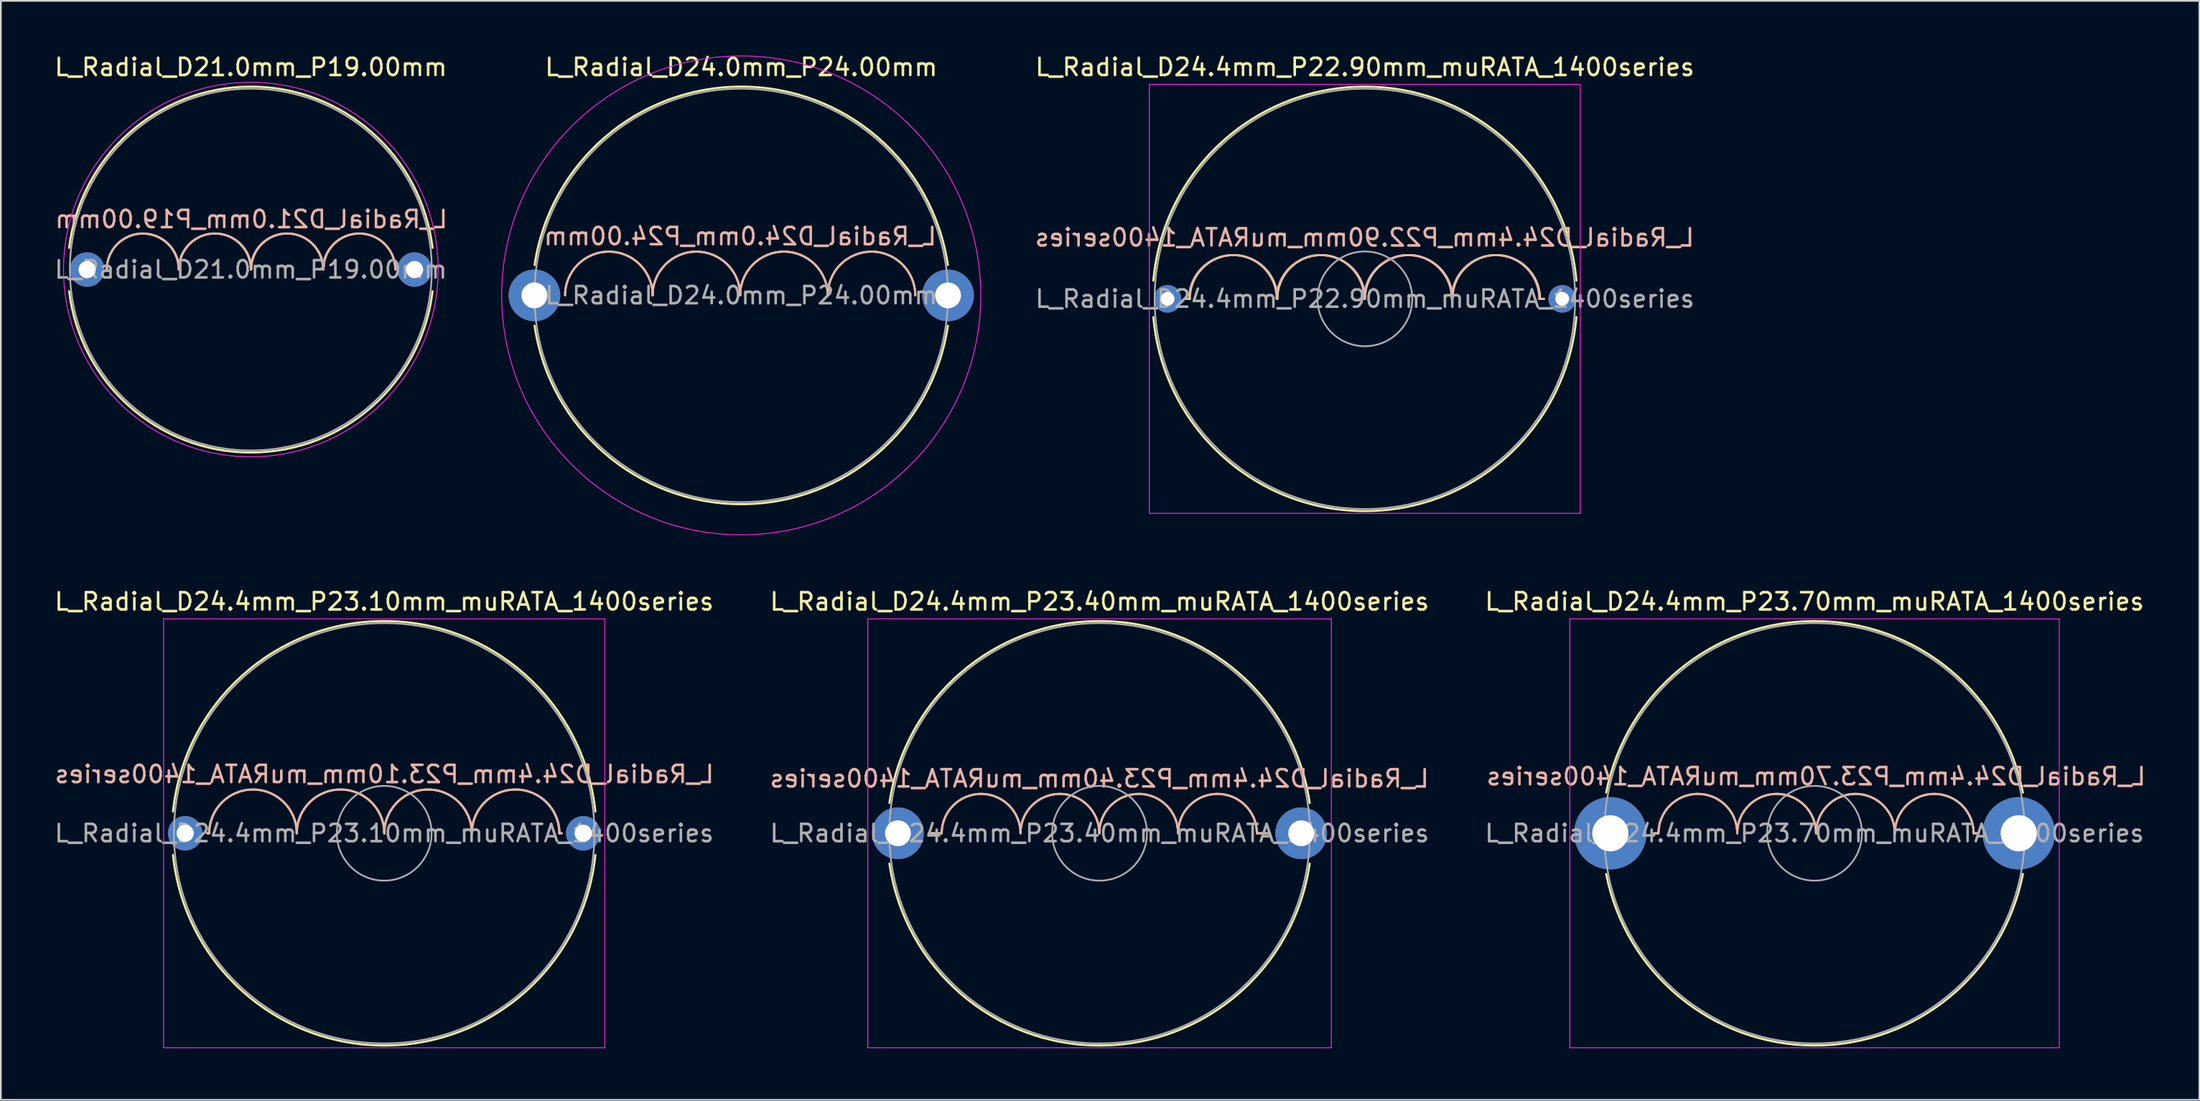
<source format=kicad_pcb>
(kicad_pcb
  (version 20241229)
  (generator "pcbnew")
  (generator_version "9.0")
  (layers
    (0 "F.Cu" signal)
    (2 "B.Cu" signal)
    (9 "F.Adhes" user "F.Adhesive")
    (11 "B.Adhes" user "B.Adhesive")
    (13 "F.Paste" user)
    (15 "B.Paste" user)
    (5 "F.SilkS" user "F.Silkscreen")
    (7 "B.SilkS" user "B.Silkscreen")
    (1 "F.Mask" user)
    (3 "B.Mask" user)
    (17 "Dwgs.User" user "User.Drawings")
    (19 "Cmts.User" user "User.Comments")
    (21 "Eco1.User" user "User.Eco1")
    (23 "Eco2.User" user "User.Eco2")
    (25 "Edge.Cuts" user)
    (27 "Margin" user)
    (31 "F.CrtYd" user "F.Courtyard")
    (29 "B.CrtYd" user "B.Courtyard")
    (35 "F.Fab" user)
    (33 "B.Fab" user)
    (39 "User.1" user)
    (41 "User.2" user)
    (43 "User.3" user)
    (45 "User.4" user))
  (footprint "L_Radial_D24.4mm_P23.10mm_muRATA_1400series"
    (layer "F.Cu")
    (at 7.694 45.322)
    (property "Reference" "L_Radial_D24.4mm_P23.10mm_muRATA_1400series" (at 11.55 -13.45 0) (layer "F.SilkS") (effects (font (size 1 1) (thickness 0.15))))
    (fp_line (start 1.39 0) (end 1.27 0) (stroke (width 0.12) (type solid)) (layer "F.SilkS"))
    (fp_line (start 21.71 0) (end 21.844 0) (stroke (width 0.12) (type solid)) (layer "F.SilkS"))
    (fp_arc (start -0.705399 -1.26) (mid 11.55 -12.32) (end 23.805399 -1.26) (stroke (width 0.12) (type solid)) (layer "F.SilkS"))
    (fp_arc (start 1.39 0) (mid 3.93 -2.54) (end 6.47 0) (stroke (width 0.12) (type solid)) (layer "F.SilkS"))
    (fp_arc (start 6.47 0) (mid 9.01 -2.54) (end 11.55 0) (stroke (width 0.12) (type solid)) (layer "F.SilkS"))
    (fp_arc (start 11.55 0) (mid 14.09 -2.54) (end 16.63 0) (stroke (width 0.12) (type solid)) (layer "F.SilkS"))
    (fp_arc (start 16.63 0) (mid 19.17 -2.54) (end 21.71 0) (stroke (width 0.12) (type solid)) (layer "F.SilkS"))
    (fp_arc (start 23.805399 1.26) (mid 11.55 12.32) (end -0.705399 1.26) (stroke (width 0.12) (type solid)) (layer "F.SilkS"))
    (fp_line (start 1.404 0) (end 1.27 0) (stroke (width 0.12) (type solid)) (layer "B.SilkS"))
    (fp_line (start 21.724 0) (end 21.844 0) (stroke (width 0.12) (type solid)) (layer "B.SilkS"))
    (fp_arc (start 1.404 0) (mid 3.944 -2.54) (end 6.484 0) (stroke (width 0.12) (type solid)) (layer "B.SilkS"))
    (fp_arc (start 6.484 0) (mid 9.024 -2.54) (end 11.564 0) (stroke (width 0.12) (type solid)) (layer "B.SilkS"))
    (fp_arc (start 11.564 0) (mid 14.104 -2.54) (end 16.644 0) (stroke (width 0.12) (type solid)) (layer "B.SilkS"))
    (fp_arc (start 16.644 0) (mid 19.184 -2.54) (end 21.724 0) (stroke (width 0.12) (type solid)) (layer "B.SilkS"))
    (fp_line (start -1.25 -12.45) (end -1.25 12.45) (stroke (width 0.05) (type solid)) (layer "F.CrtYd"))
    (fp_line (start -1.25 12.45) (end 24.35 12.45) (stroke (width 0.05) (type solid)) (layer "F.CrtYd"))
    (fp_line (start 24.35 -12.45) (end -1.25 -12.45) (stroke (width 0.05) (type solid)) (layer "F.CrtYd"))
    (fp_line (start 24.35 12.45) (end 24.35 -12.45) (stroke (width 0.05) (type solid)) (layer "F.CrtYd"))
    (fp_circle (center 11.55 0) (end 14.3 0) (stroke (width 0.1) (type solid)) (fill no) (layer "F.Fab"))
    (fp_circle (center 11.55 0) (end 23.75 0) (stroke (width 0.1) (type solid)) (fill no) (layer "F.Fab"))
    (fp_text user "${REFERENCE}" (at 11.557 -3.429 0) (layer "B.SilkS") (effects (font (size 1 1) (thickness 0.15)) (justify mirror)))
    (fp_text user "${REFERENCE}" (at 11.55 0 0) (layer "F.Fab") (effects (font (size 1 1) (thickness 0.15))))
    (pad "1" thru_hole circle (at 0 0) (size 2 2) (drill 1) (layers "*.Cu" "*.Mask"))
    (pad "2" thru_hole circle (at 23.1 0) (size 2 2) (drill 1) (layers "*.Cu" "*.Mask")))
  (footprint "L_Radial_D24.4mm_P23.70mm_muRATA_1400series"
    (layer "F.Cu")
    (at 90.393 45.322)
    (property "Reference" "L_Radial_D24.4mm_P23.70mm_muRATA_1400series" (at 11.85 -13.45 0) (layer "F.SilkS") (effects (font (size 1 1) (thickness 0.15))))
    (fp_line (start 2.794 0) (end 2.54 0) (stroke (width 0.12) (type solid)) (layer "F.SilkS"))
    (fp_line (start 21.082 0) (end 21.336 0) (stroke (width 0.12) (type solid)) (layer "F.SilkS"))
    (fp_arc (start -0.241848 -2.36) (mid 11.85 -12.32) (end 23.941848 -2.36) (stroke (width 0.12) (type solid)) (layer "F.SilkS"))
    (fp_arc (start 2.794 0) (mid 5.08 -2.286) (end 7.366 0) (stroke (width 0.12) (type solid)) (layer "F.SilkS"))
    (fp_arc (start 7.366 0) (mid 9.652 -2.286) (end 11.938 0) (stroke (width 0.12) (type solid)) (layer "F.SilkS"))
    (fp_arc (start 11.938 0) (mid 14.224 -2.286) (end 16.51 0) (stroke (width 0.12) (type solid)) (layer "F.SilkS"))
    (fp_arc (start 16.51 0) (mid 18.796 -2.286) (end 21.082 0) (stroke (width 0.12) (type solid)) (layer "F.SilkS"))
    (fp_arc (start 23.941848 2.36) (mid 11.85 12.32) (end -0.241848 2.36) (stroke (width 0.12) (type solid)) (layer "F.SilkS"))
    (fp_line (start 2.794 0) (end 2.54 0) (stroke (width 0.12) (type solid)) (layer "B.SilkS"))
    (fp_line (start 21.082 0) (end 21.336 0) (stroke (width 0.12) (type solid)) (layer "B.SilkS"))
    (fp_arc (start 2.794 0) (mid 5.08 -2.286) (end 7.366 0) (stroke (width 0.12) (type solid)) (layer "B.SilkS"))
    (fp_arc (start 7.366 0) (mid 9.652 -2.286) (end 11.938 0) (stroke (width 0.12) (type solid)) (layer "B.SilkS"))
    (fp_arc (start 11.938 0) (mid 14.224 -2.286) (end 16.51 0) (stroke (width 0.12) (type solid)) (layer "B.SilkS"))
    (fp_arc (start 16.51 0) (mid 18.796 -2.286) (end 21.082 0) (stroke (width 0.12) (type solid)) (layer "B.SilkS"))
    (fp_line (start -2.35 -12.45) (end -2.35 12.45) (stroke (width 0.05) (type solid)) (layer "F.CrtYd"))
    (fp_line (start -2.35 12.45) (end 26.05 12.45) (stroke (width 0.05) (type solid)) (layer "F.CrtYd"))
    (fp_line (start 26.05 -12.45) (end -2.35 -12.45) (stroke (width 0.05) (type solid)) (layer "F.CrtYd"))
    (fp_line (start 26.05 12.45) (end 26.05 -12.45) (stroke (width 0.05) (type solid)) (layer "F.CrtYd"))
    (fp_circle (center 11.85 0) (end 14.6 0) (stroke (width 0.1) (type solid)) (fill no) (layer "F.Fab"))
    (fp_circle (center 11.85 0) (end 24.05 0) (stroke (width 0.1) (type solid)) (fill no) (layer "F.Fab"))
    (fp_text user "${REFERENCE}" (at 11.938 -3.302 0) (layer "B.SilkS") (effects (font (size 1 1) (thickness 0.15)) (justify mirror)))
    (fp_text user "${REFERENCE}" (at 11.85 0 0) (layer "F.Fab") (effects (font (size 1 1) (thickness 0.15))))
    (pad "1" thru_hole circle (at 0 0) (size 4.2 4.2) (drill 2.1) (layers "*.Cu" "*.Mask"))
    (pad "2" thru_hole circle (at 23.7 0) (size 4.2 4.2) (drill 2.1) (layers "*.Cu" "*.Mask")))
  (footprint "L_Radial_D24.4mm_P23.40mm_muRATA_1400series"
    (layer "F.Cu")
    (at 49.055 45.322)
    (property "Reference" "L_Radial_D24.4mm_P23.40mm_muRATA_1400series" (at 11.7 -13.45 0) (layer "F.SilkS") (effects (font (size 1 1) (thickness 0.15))))
    (fp_line (start 2.54 0) (end 1.778 0) (stroke (width 0.12) (type solid)) (layer "F.SilkS"))
    (fp_line (start 20.828 0) (end 21.59 0) (stroke (width 0.12) (type solid)) (layer "F.SilkS"))
    (fp_arc (start -0.493638 -1.76) (mid 11.7 -12.32) (end 23.893638 -1.76) (stroke (width 0.12) (type solid)) (layer "F.SilkS"))
    (fp_arc (start 2.54 0) (mid 4.826 -2.286) (end 7.112 0) (stroke (width 0.12) (type solid)) (layer "F.SilkS"))
    (fp_arc (start 7.112 0) (mid 9.398 -2.286) (end 11.684 0) (stroke (width 0.12) (type solid)) (layer "F.SilkS"))
    (fp_arc (start 11.684 0) (mid 13.97 -2.286) (end 16.256 0) (stroke (width 0.12) (type solid)) (layer "F.SilkS"))
    (fp_arc (start 16.256 0) (mid 18.542 -2.286) (end 20.828 0) (stroke (width 0.12) (type solid)) (layer "F.SilkS"))
    (fp_arc (start 23.893638 1.76) (mid 11.7 12.32) (end -0.493638 1.76) (stroke (width 0.12) (type solid)) (layer "F.SilkS"))
    (fp_line (start 2.54 0) (end 1.778 0) (stroke (width 0.12) (type solid)) (layer "B.SilkS"))
    (fp_line (start 20.828 0) (end 21.59 0) (stroke (width 0.12) (type solid)) (layer "B.SilkS"))
    (fp_arc (start 2.54 0) (mid 4.826 -2.286) (end 7.112 0) (stroke (width 0.12) (type solid)) (layer "B.SilkS"))
    (fp_arc (start 7.112 0) (mid 9.398 -2.286) (end 11.684 0) (stroke (width 0.12) (type solid)) (layer "B.SilkS"))
    (fp_arc (start 11.684 0) (mid 13.97 -2.286) (end 16.256 0) (stroke (width 0.12) (type solid)) (layer "B.SilkS"))
    (fp_arc (start 16.256 0) (mid 18.542 -2.286) (end 20.828 0) (stroke (width 0.12) (type solid)) (layer "B.SilkS"))
    (fp_line (start -1.75 -12.45) (end -1.75 12.45) (stroke (width 0.05) (type solid)) (layer "F.CrtYd"))
    (fp_line (start -1.75 12.45) (end 25.15 12.45) (stroke (width 0.05) (type solid)) (layer "F.CrtYd"))
    (fp_line (start 25.15 -12.45) (end -1.75 -12.45) (stroke (width 0.05) (type solid)) (layer "F.CrtYd"))
    (fp_line (start 25.15 12.45) (end 25.15 -12.45) (stroke (width 0.05) (type solid)) (layer "F.CrtYd"))
    (fp_circle (center 11.7 0) (end 14.45 0) (stroke (width 0.1) (type solid)) (fill no) (layer "F.Fab"))
    (fp_circle (center 11.7 0) (end 23.9 0) (stroke (width 0.1) (type solid)) (fill no) (layer "F.Fab"))
    (fp_text user "${REFERENCE}" (at 11.684 -3.175 0) (layer "B.SilkS") (effects (font (size 1 1) (thickness 0.15)) (justify mirror)))
    (fp_text user "${REFERENCE}" (at 11.7 0 0) (layer "F.Fab") (effects (font (size 1 1) (thickness 0.15))))
    (pad "1" thru_hole circle (at 0 0) (size 3 3) (drill 1.5) (layers "*.Cu" "*.Mask"))
    (pad "2" thru_hole circle (at 23.4 0) (size 3 3) (drill 1.5) (layers "*.Cu" "*.Mask")))
  (footprint "L_Radial_D24.0mm_P24.00mm"
    (layer "F.Cu")
    (at 27.962 14.098)
    (property "Reference" "L_Radial_D24.0mm_P24.00mm" (at 12 -13.25 0) (layer "F.SilkS") (effects (font (size 1 1) (thickness 0.15))))
    (fp_arc (start 0.00847 -1.76) (mid 12 -12.12) (end 23.99153 -1.76) (stroke (width 0.12) (type solid)) (layer "F.SilkS"))
    (fp_arc (start 1.778 0) (mid 4.318 -2.54) (end 6.858 0) (stroke (width 0.12) (type solid)) (layer "F.SilkS"))
    (fp_arc (start 6.858 0) (mid 9.398 -2.54) (end 11.938 0) (stroke (width 0.12) (type solid)) (layer "F.SilkS"))
    (fp_arc (start 11.938 0) (mid 14.478 -2.54) (end 17.018 0) (stroke (width 0.12) (type solid)) (layer "F.SilkS"))
    (fp_arc (start 17.018 0) (mid 19.558 -2.54) (end 22.098 0) (stroke (width 0.12) (type solid)) (layer "F.SilkS"))
    (fp_arc (start 23.99153 1.76) (mid 12 12.12) (end 0.00847 1.76) (stroke (width 0.12) (type solid)) (layer "F.SilkS"))
    (fp_arc (start 1.778 0) (mid 4.318 -2.54) (end 6.858 0) (stroke (width 0.12) (type solid)) (layer "B.SilkS"))
    (fp_arc (start 6.858 0) (mid 9.398 -2.54) (end 11.938 0) (stroke (width 0.12) (type solid)) (layer "B.SilkS"))
    (fp_arc (start 11.938 0) (mid 14.478 -2.54) (end 17.018 0) (stroke (width 0.12) (type solid)) (layer "B.SilkS"))
    (fp_arc (start 17.018 0) (mid 19.558 -2.54) (end 22.098 0) (stroke (width 0.12) (type solid)) (layer "B.SilkS"))
    (fp_circle (center 12 0) (end 25.9 0) (stroke (width 0.05) (type solid)) (fill no) (layer "F.CrtYd"))
    (fp_circle (center 12 0) (end 24 0) (stroke (width 0.1) (type solid)) (fill no) (layer "F.Fab"))
    (fp_text user "${REFERENCE}" (at 11.938 -3.429 0) (layer "B.SilkS") (effects (font (size 1 1) (thickness 0.15)) (justify mirror)))
    (fp_text user "${REFERENCE}" (at 12 0 0) (layer "F.Fab") (effects (font (size 1 1) (thickness 0.15))))
    (pad "1" thru_hole circle (at 0 0) (size 3 3) (drill 1.5) (layers "*.Cu" "*.Mask"))
    (pad "2" thru_hole circle (at 24 0) (size 3 3) (drill 1.5) (layers "*.Cu" "*.Mask")))
  (footprint "L_Radial_D21.0mm_P19.00mm"
    (layer "F.Cu")
    (at 2.006 12.598)
    (property "Reference" "L_Radial_D21.0mm_P19.00mm" (at 9.5 -11.75 0) (layer "F.SilkS") (effects (font (size 1 1) (thickness 0.15))))
    (fp_arc (start -1.044989 -1.26) (mid 9.5 -10.62) (end 20.044989 -1.26) (stroke (width 0.12) (type solid)) (layer "F.SilkS"))
    (fp_arc (start 1.138 0) (mid 3.226 -2.088) (end 5.314 0) (stroke (width 0.12) (type solid)) (layer "F.SilkS"))
    (fp_arc (start 5.314 0) (mid 7.407 -2.093) (end 9.5 0) (stroke (width 0.12) (type solid)) (layer "F.SilkS"))
    (fp_arc (start 9.5 0) (mid 11.5955 -2.0955) (end 13.691 0) (stroke (width 0.12) (type solid)) (layer "F.SilkS"))
    (fp_arc (start 13.691 0) (mid 15.7865 -2.0955) (end 17.882 0) (stroke (width 0.12) (type solid)) (layer "F.SilkS"))
    (fp_arc (start 20.044989 1.26) (mid 9.5 10.62) (end -1.044989 1.26) (stroke (width 0.12) (type solid)) (layer "F.SilkS"))
    (fp_arc (start 1.143 0) (mid 3.2385 -2.0955) (end 5.334 0) (stroke (width 0.12) (type solid)) (layer "B.SilkS"))
    (fp_arc (start 5.334 0) (mid 7.4295 -2.0955) (end 9.525 0) (stroke (width 0.12) (type solid)) (layer "B.SilkS"))
    (fp_arc (start 9.525 0) (mid 11.618 -2.093) (end 13.711 0) (stroke (width 0.12) (type solid)) (layer "B.SilkS"))
    (fp_arc (start 13.711 0) (mid 15.799 -2.088) (end 17.887 0) (stroke (width 0.12) (type solid)) (layer "B.SilkS"))
    (fp_circle (center 9.5 0) (end 20.37 0) (stroke (width 0.05) (type solid)) (fill no) (layer "F.CrtYd"))
    (fp_circle (center 9.5 0) (end 20 0) (stroke (width 0.1) (type solid)) (fill no) (layer "F.Fab"))
    (fp_text user "${REFERENCE}" (at 9.525 -2.921 0) (layer "B.SilkS") (effects (font (size 1 1) (thickness 0.15)) (justify mirror)))
    (fp_text user "${REFERENCE}" (at 9.5 0 0) (layer "F.Fab") (effects (font (size 1 1) (thickness 0.15))))
    (pad "1" thru_hole circle (at 0 0) (size 2 2) (drill 1) (layers "*.Cu" "*.Mask"))
    (pad "2" thru_hole circle (at 19 0) (size 2 2) (drill 1) (layers "*.Cu" "*.Mask")))
  (footprint "L_Radial_D24.4mm_P22.90mm_muRATA_1400series"
    (layer "F.Cu")
    (at 64.701 14.298)
    (property "Reference" "L_Radial_D24.4mm_P22.90mm_muRATA_1400series" (at 11.45 -13.45 0) (layer "F.SilkS") (effects (font (size 1 1) (thickness 0.15))))
    (fp_line (start 1.29 0) (end 1.016 0) (stroke (width 0.12) (type solid)) (layer "F.SilkS"))
    (fp_line (start 21.61 0) (end 21.844 0) (stroke (width 0.12) (type solid)) (layer "F.SilkS"))
    (fp_arc (start -0.824315 -1.06) (mid 11.45 -12.32) (end 23.724315 -1.06) (stroke (width 0.12) (type solid)) (layer "F.SilkS"))
    (fp_arc (start 1.29 0) (mid 3.83 -2.54) (end 6.37 0) (stroke (width 0.12) (type solid)) (layer "F.SilkS"))
    (fp_arc (start 6.37 0) (mid 8.91 -2.54) (end 11.45 0) (stroke (width 0.12) (type solid)) (layer "F.SilkS"))
    (fp_arc (start 11.45 0) (mid 13.99 -2.54) (end 16.53 0) (stroke (width 0.12) (type solid)) (layer "F.SilkS"))
    (fp_arc (start 16.53 0) (mid 19.07 -2.54) (end 21.61 0) (stroke (width 0.12) (type solid)) (layer "F.SilkS"))
    (fp_arc (start 23.724315 1.06) (mid 11.45 12.32) (end -0.824315 1.06) (stroke (width 0.12) (type solid)) (layer "F.SilkS"))
    (fp_line (start 1.25 0) (end 1.016 0) (stroke (width 0.12) (type solid)) (layer "B.SilkS"))
    (fp_line (start 21.57 0) (end 21.844 0) (stroke (width 0.12) (type solid)) (layer "B.SilkS"))
    (fp_arc (start 1.25 0) (mid 3.79 -2.54) (end 6.33 0) (stroke (width 0.12) (type solid)) (layer "B.SilkS"))
    (fp_arc (start 6.33 0) (mid 8.87 -2.54) (end 11.41 0) (stroke (width 0.12) (type solid)) (layer "B.SilkS"))
    (fp_arc (start 11.41 0) (mid 13.95 -2.54) (end 16.49 0) (stroke (width 0.12) (type solid)) (layer "B.SilkS"))
    (fp_arc (start 16.49 0) (mid 19.03 -2.54) (end 21.57 0) (stroke (width 0.12) (type solid)) (layer "B.SilkS"))
    (fp_line (start -1.06 -12.45) (end -1.06 12.45) (stroke (width 0.05) (type solid)) (layer "F.CrtYd"))
    (fp_line (start -1.06 12.45) (end 23.95 12.45) (stroke (width 0.05) (type solid)) (layer "F.CrtYd"))
    (fp_line (start 23.95 -12.45) (end -1.06 -12.45) (stroke (width 0.05) (type solid)) (layer "F.CrtYd"))
    (fp_line (start 23.95 12.45) (end 23.95 -12.45) (stroke (width 0.05) (type solid)) (layer "F.CrtYd"))
    (fp_circle (center 11.45 0) (end 14.2 0) (stroke (width 0.1) (type solid)) (fill no) (layer "F.Fab"))
    (fp_circle (center 11.45 0) (end 23.65 0) (stroke (width 0.1) (type solid)) (fill no) (layer "F.Fab"))
    (fp_text user "${REFERENCE}" (at 11.43 -3.556 0) (layer "B.SilkS") (effects (font (size 1 1) (thickness 0.15)) (justify mirror)))
    (fp_text user "${REFERENCE}" (at 11.45 0 0) (layer "F.Fab") (effects (font (size 1 1) (thickness 0.15))))
    (pad "1" thru_hole circle (at 0 0) (size 1.6 1.6) (drill 0.8) (layers "*.Cu" "*.Mask"))
    (pad "2" thru_hole circle (at 22.9 0) (size 1.6 1.6) (drill 0.8) (layers "*.Cu" "*.Mask")))
  (gr_rect
    (start -3 -3)
    (end 124.575 60.797)
    (stroke (width 0.1) (type default))
    (fill no)
    (layer "Edge.Cuts")))
</source>
